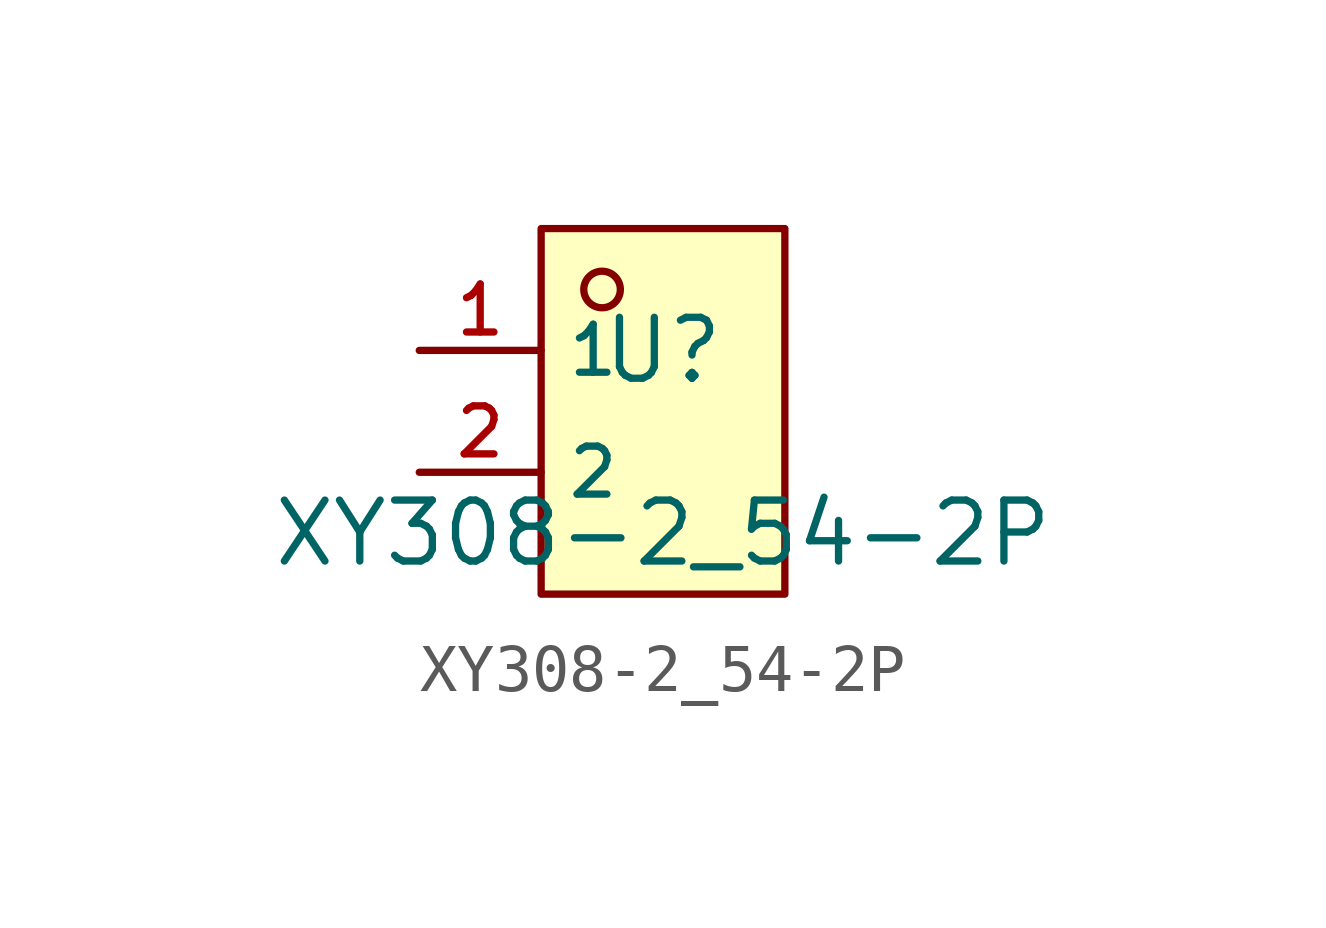
<source format=kicad_sym>
(kicad_symbol_lib
  (version 20210201)
  (generator TousstNicolas/JLC2KiCad_lib)
  (symbol "XY308-2_54-2P"
    (property "Reference" "U"
      (at 0 1.27 0)
      (effects (font (size 1.27 1.27))))
    (property "Value" "XY308-2_54-2P"
      (at 0 -2.54 0)
      (effects (font (size 1.27 1.27))))
    (symbol "XY308-2_54-2P_0_1"
      (rectangle (start -2.54 3.81) (end 2.54 -3.81) (stroke (width 0) (type default) (color 0 0 0 0)) (fill (type background)))
      (circle (center -1.27 2.54) (radius 0.381) (stroke (width 0) (type default) (color 0 0 0 0)) (fill (type background)))
      (pin unspecified line (at -5.08 1.27 0) (length 2.54) (name "1" (effects (font (size 1 1)))) (number "1" (effects (font (size 1 1)))))
      (pin unspecified line (at -5.08 -1.27 0) (length 2.54) (name "2" (effects (font (size 1 1)))) (number "2" (effects (font (size 1 1))))))))
</source>
